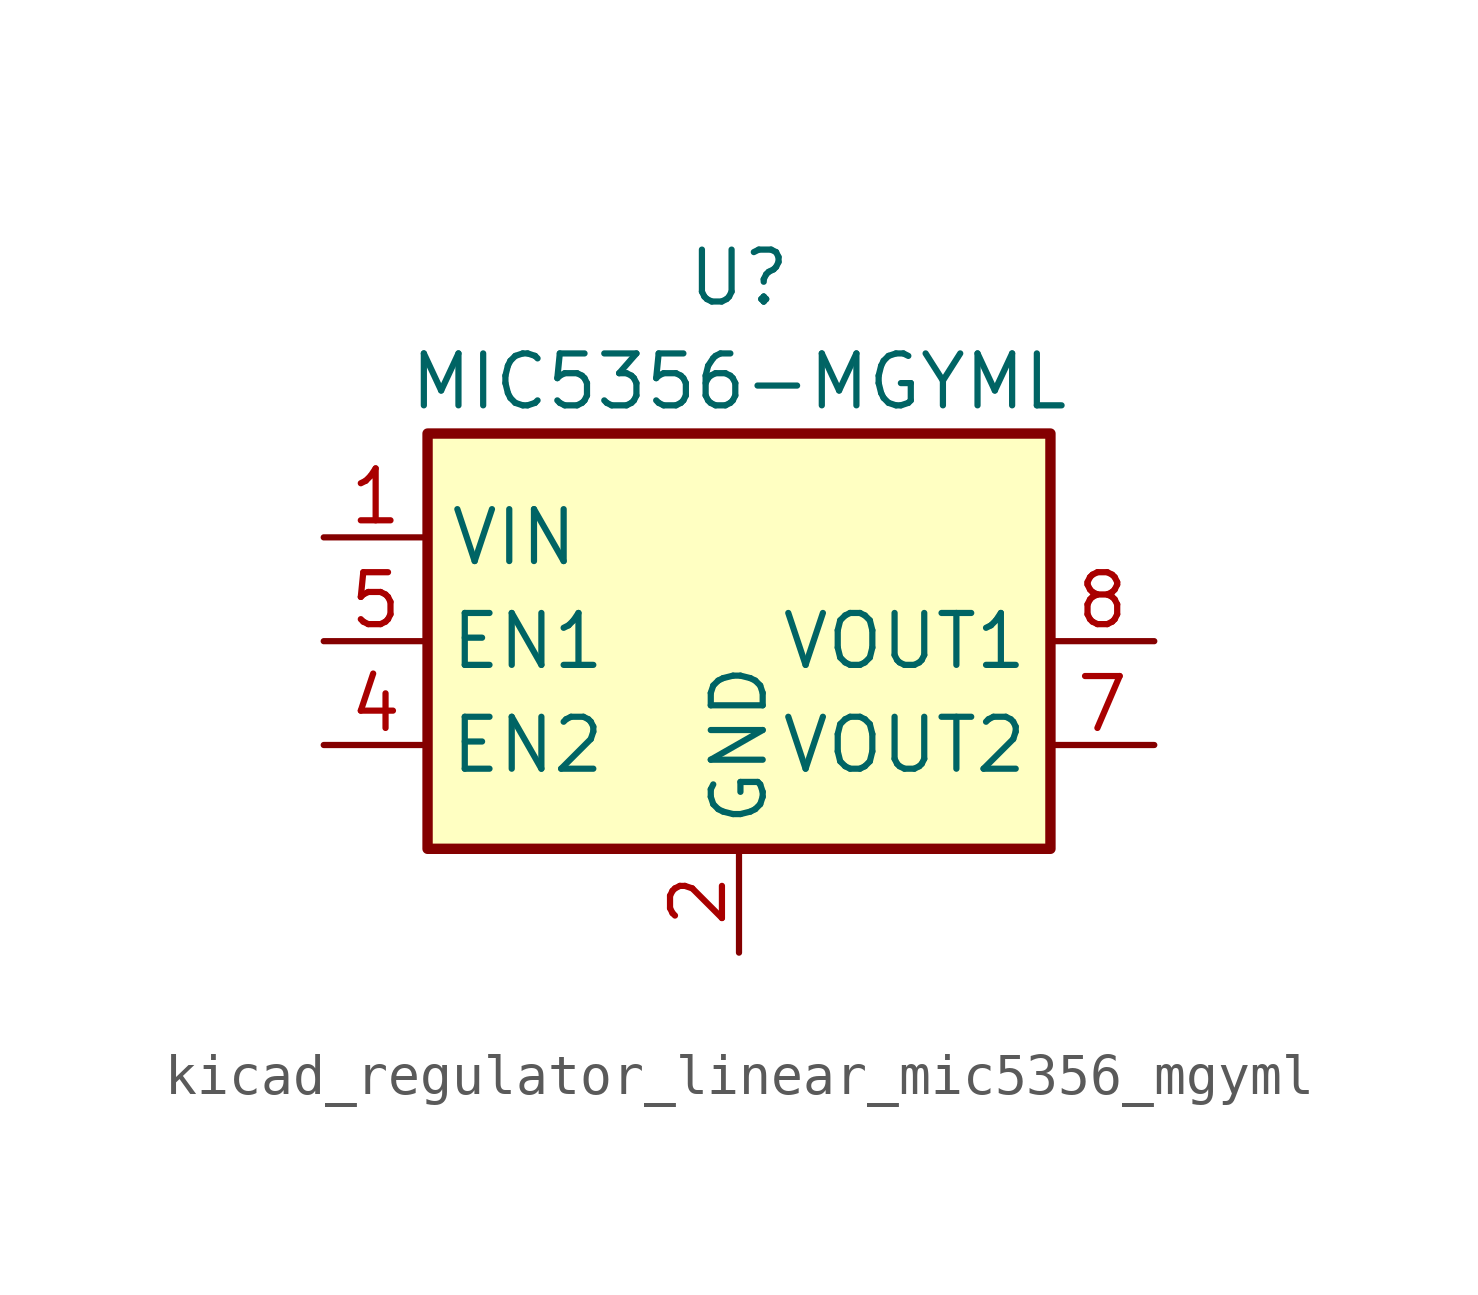
<source format=kicad_sym>
(kicad_symbol_lib
  (version 20220914)
  (generator kicad_symbol_editor)
  (symbol "kicad_regulator_linear_mic5356_mgyml"
    (property "Reference" "U"
      (at 0 8.89 0)
      (effects (font (size 1.27 1.27))))
    (property "Value" "MIC5356-MGYML"
      (at 0 6.35 0)
      (effects (font (size 1.27 1.27))))
    (symbol "kicad_regulator_linear_mic5356_mgyml_0_1"
      (rectangle (start -7.62 5.08) (end 7.62 -5.08) (stroke (width 0.254) (type default)) (fill (type background))))
    (symbol "kicad_regulator_linear_mic5356_mgyml_1_1"
      (pin power_in line (at -10.16 2.54 0) (length 2.54) (name "VIN" (effects (font (size 1.27 1.27)))) (number "1" (effects (font (size 1.27 1.27)))))
      (pin power_in line (at 0 -7.62 90) (length 2.54) (name "GND" (effects (font (size 1.27 1.27)))) (number "2" (effects (font (size 1.27 1.27)))))
      (pin no_connect line (at 0 5.08 270) (length 2.54) hide (name "NC" (effects (font (size 1.27 1.27)))) (number "3" (effects (font (size 1.27 1.27)))))
      (pin input line (at -10.16 -2.54 0) (length 2.54) (name "EN2" (effects (font (size 1.27 1.27)))) (number "4" (effects (font (size 1.27 1.27)))))
      (pin input line (at -10.16 0 0) (length 2.54) (name "EN1" (effects (font (size 1.27 1.27)))) (number "5" (effects (font (size 1.27 1.27)))))
      (pin no_connect line (at 7.62 2.54 180) (length 2.54) hide (name "NC" (effects (font (size 1.27 1.27)))) (number "6" (effects (font (size 1.27 1.27)))))
      (pin power_out line (at 10.16 -2.54 180) (length 2.54) (name "VOUT2" (effects (font (size 1.27 1.27)))) (number "7" (effects (font (size 1.27 1.27)))))
      (pin power_out line (at 10.16 0 180) (length 2.54) (name "VOUT1" (effects (font (size 1.27 1.27)))) (number "8" (effects (font (size 1.27 1.27)))))
      (pin passive line (at 0 -7.62 90) (length 2.54) hide (name "GND" (effects (font (size 1.27 1.27)))) (number "9" (effects (font (size 1.27 1.27))))))))
</source>
